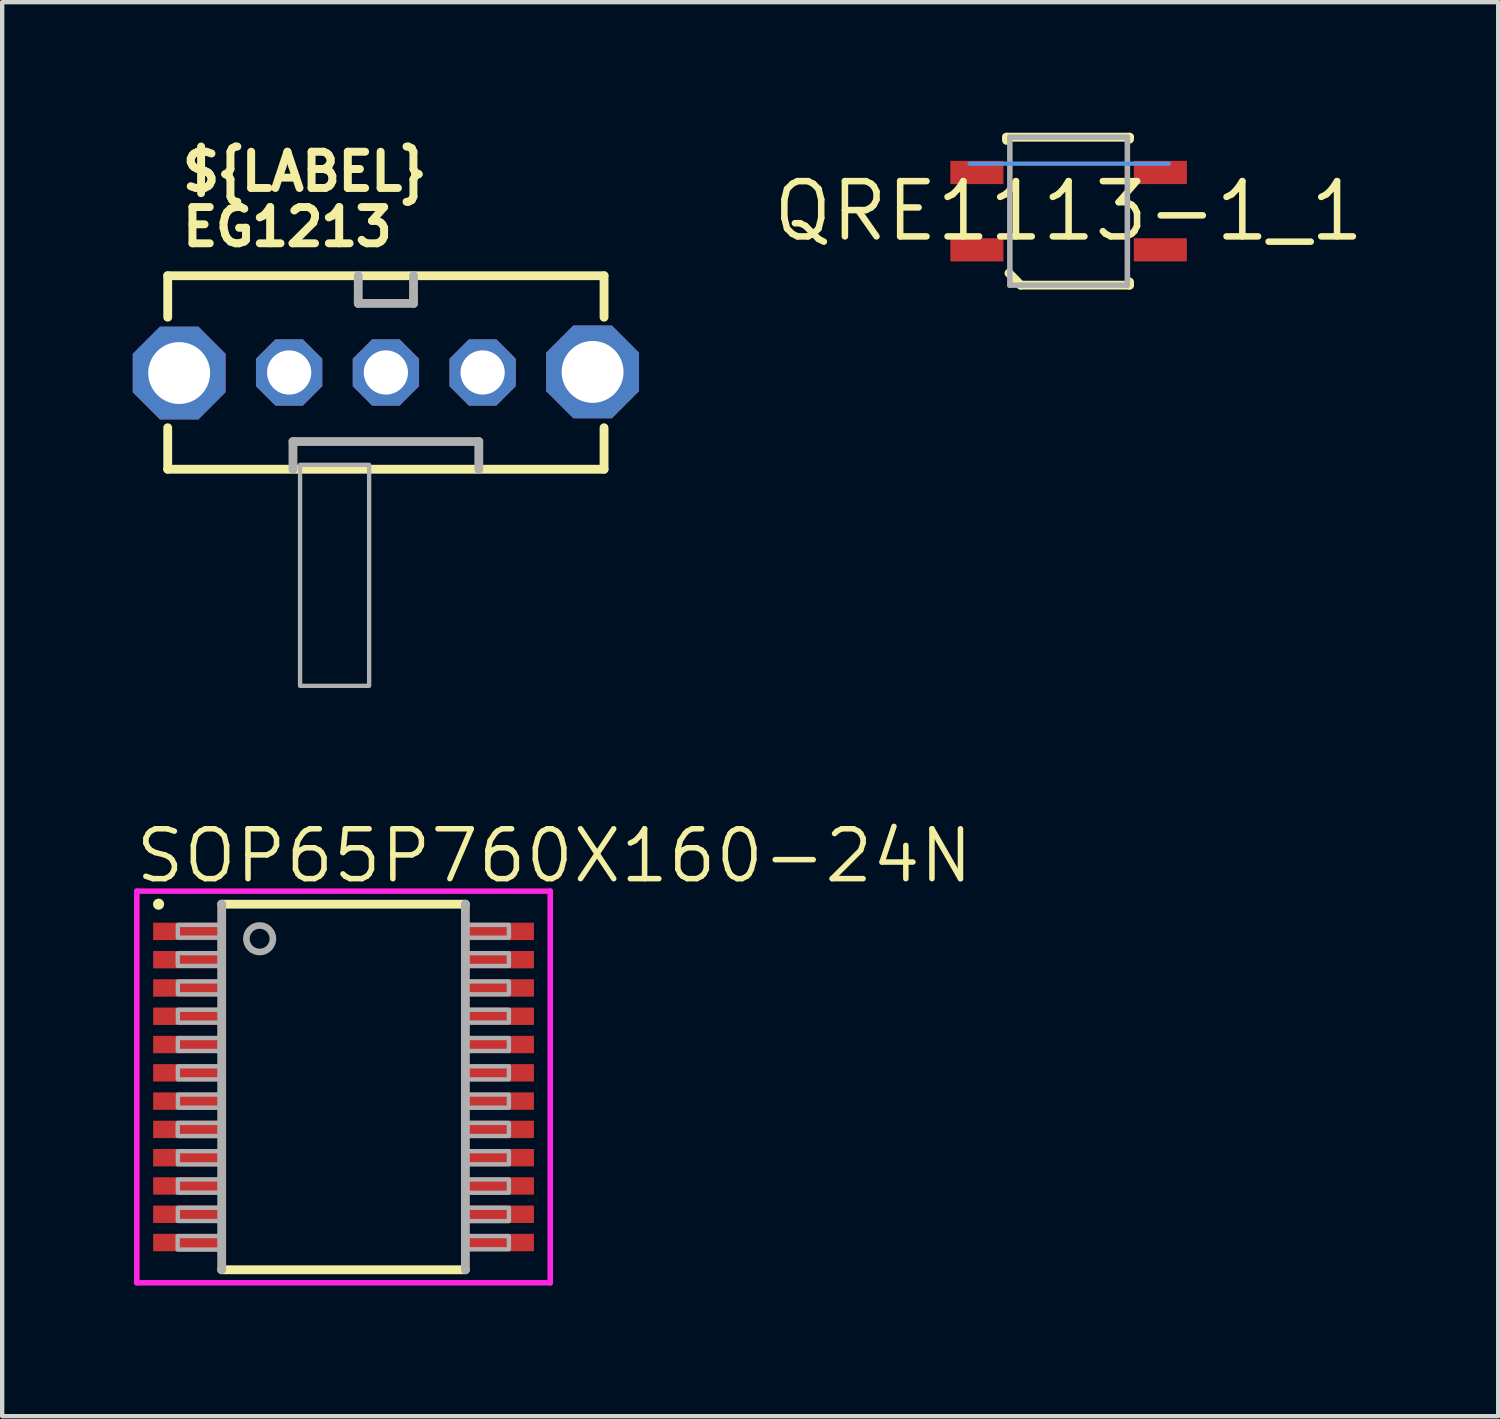
<source format=kicad_pcb>
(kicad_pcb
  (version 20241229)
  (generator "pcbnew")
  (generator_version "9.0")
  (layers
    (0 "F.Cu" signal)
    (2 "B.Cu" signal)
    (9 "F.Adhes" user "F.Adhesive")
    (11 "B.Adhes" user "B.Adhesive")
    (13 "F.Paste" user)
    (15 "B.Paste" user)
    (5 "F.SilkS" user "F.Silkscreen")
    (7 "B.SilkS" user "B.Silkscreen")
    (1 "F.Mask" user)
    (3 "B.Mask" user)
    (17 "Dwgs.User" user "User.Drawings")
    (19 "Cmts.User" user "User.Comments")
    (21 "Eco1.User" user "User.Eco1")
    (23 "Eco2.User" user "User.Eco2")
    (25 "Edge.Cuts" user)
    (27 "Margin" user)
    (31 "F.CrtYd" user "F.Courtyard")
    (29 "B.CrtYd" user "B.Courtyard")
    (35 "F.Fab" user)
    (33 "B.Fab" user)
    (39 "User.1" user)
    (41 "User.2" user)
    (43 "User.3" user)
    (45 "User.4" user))
  (footprint "SOP65P760X160-24N"
    (layer "F.Cu")
    (at 4.844 21.927)
    (property "Reference" "SOP65P760X160-24N" (at -4.844 -4.64 0) (layer "F.SilkS") (effects (font (size 1.146 1.146) (thickness 0.127)) (justify left bottom)))
    (fp_line (start -2.8 4.2) (end 2.8 4.2) (stroke (width 0.203) (type solid)) (layer "F.SilkS"))
    (fp_line (start 2.8 -4.2) (end -2.8 -4.2) (stroke (width 0.203) (type solid)) (layer "F.SilkS"))
    (fp_circle (center -4.25 -4.2) (end -4.186 -4.2) (stroke (width 0.127) (type solid)) (fill yes) (layer "F.SilkS"))
    (fp_line (start -4.75 -4.5) (end 4.75 -4.5) (stroke (width 0.127) (type solid)) (layer "F.CrtYd"))
    (fp_line (start -4.75 4.5) (end -4.75 -4.5) (stroke (width 0.127) (type solid)) (layer "F.CrtYd"))
    (fp_line (start 4.75 -4.5) (end 4.75 4.5) (stroke (width 0.127) (type solid)) (layer "F.CrtYd"))
    (fp_line (start 4.75 4.5) (end -4.75 4.5) (stroke (width 0.127) (type solid)) (layer "F.CrtYd"))
    (fp_line (start -2.8 -4.2) (end -2.8 4.2) (stroke (width 0.203) (type solid)) (layer "F.Fab"))
    (fp_line (start 2.8 4.2) (end 2.8 -4.2) (stroke (width 0.203) (type solid)) (layer "F.Fab"))
    (fp_circle (center -1.928 -3.406) (end -1.623 -3.406) (stroke (width 0.152) (type solid)) (fill no) (layer "F.Fab"))
    (fp_poly (pts (xy -3.812 3.737) (xy -2.8 3.737) (xy -2.8 3.425) (xy -3.812 3.425)) (stroke (width 0.1) (type default)) (fill no) (layer "F.Fab"))
    (fp_poly (pts (xy -3.811 1.128) (xy -2.8 1.128) (xy -2.8 0.825) (xy -3.811 0.825)) (stroke (width 0.1) (type default)) (fill no) (layer "F.Fab"))
    (fp_poly (pts (xy -3.81 -2.782) (xy -2.8 -2.782) (xy -2.8 -3.075) (xy -3.81 -3.075)) (stroke (width 0.1) (type default)) (fill no) (layer "F.Fab"))
    (fp_poly (pts (xy -3.808 2.43) (xy -2.8 2.43) (xy -2.8 2.125) (xy -3.808 2.125)) (stroke (width 0.1) (type default)) (fill no) (layer "F.Fab"))
    (fp_poly (pts (xy -3.808 -0.827) (xy -2.8 -0.827) (xy -2.8 -1.125) (xy -3.808 -1.125)) (stroke (width 0.1) (type default)) (fill no) (layer "F.Fab"))
    (fp_poly (pts (xy -3.808 -3.432) (xy -2.8 -3.432) (xy -2.8 -3.725) (xy -3.808 -3.725)) (stroke (width 0.1) (type default)) (fill no) (layer "F.Fab"))
    (fp_poly (pts (xy -3.808 3.081) (xy -2.8 3.081) (xy -2.8 2.775) (xy -3.808 2.775)) (stroke (width 0.1) (type default)) (fill no) (layer "F.Fab"))
    (fp_poly (pts (xy -3.807 1.778) (xy -2.8 1.778) (xy -2.8 1.475) (xy -3.807 1.475)) (stroke (width 0.1) (type default)) (fill no) (layer "F.Fab"))
    (fp_poly (pts (xy -3.807 -2.129) (xy -2.8 -2.129) (xy -2.8 -2.425) (xy -3.807 -2.425)) (stroke (width 0.1) (type default)) (fill no) (layer "F.Fab"))
    (fp_poly (pts (xy -3.807 -0.175) (xy -2.8 -0.175) (xy -2.8 -0.475) (xy -3.807 -0.475)) (stroke (width 0.1) (type default)) (fill no) (layer "F.Fab"))
    (fp_poly (pts (xy -3.807 -1.478) (xy -2.8 -1.478) (xy -2.8 -1.775) (xy -3.807 -1.775)) (stroke (width 0.1) (type default)) (fill no) (layer "F.Fab"))
    (fp_poly (pts (xy -3.806 0.476) (xy -2.8 0.476) (xy -2.8 0.175) (xy -3.806 0.175)) (stroke (width 0.1) (type default)) (fill no) (layer "F.Fab"))
    (fp_poly (pts (xy 2.807 2.431) (xy 3.8 2.431) (xy 3.8 2.125) (xy 2.807 2.125)) (stroke (width 0.1) (type default)) (fill no) (layer "F.Fab"))
    (fp_poly (pts (xy 2.807 -1.479) (xy 3.8 -1.479) (xy 3.8 -1.775) (xy 2.807 -1.775)) (stroke (width 0.1) (type default)) (fill no) (layer "F.Fab"))
    (fp_poly (pts (xy 3.8 0.175) (xy 2.808 0.175) (xy 2.808 0.476) (xy 3.8 0.476)) (stroke (width 0.1) (type default)) (fill no) (layer "F.Fab"))
    (fp_poly (pts (xy 3.8 3.425) (xy 2.804 3.425) (xy 2.804 3.73) (xy 3.8 3.73)) (stroke (width 0.1) (type default)) (fill no) (layer "F.Fab"))
    (fp_poly (pts (xy 3.8 -3.725) (xy 2.804 -3.725) (xy 2.804 -3.43) (xy 3.8 -3.43)) (stroke (width 0.1) (type default)) (fill no) (layer "F.Fab"))
    (fp_poly (pts (xy 3.8 -3.075) (xy 2.806 -3.075) (xy 2.806 -2.781) (xy 3.8 -2.781)) (stroke (width 0.1) (type default)) (fill no) (layer "F.Fab"))
    (fp_poly (pts (xy 3.8 -2.425) (xy 2.806 -2.425) (xy 2.806 -2.129) (xy 3.8 -2.129)) (stroke (width 0.1) (type default)) (fill no) (layer "F.Fab"))
    (fp_poly (pts (xy 3.8 -1.125) (xy 2.807 -1.125) (xy 2.807 -0.827) (xy 3.8 -0.827)) (stroke (width 0.1) (type default)) (fill no) (layer "F.Fab"))
    (fp_poly (pts (xy 3.8 -0.475) (xy 2.806 -0.475) (xy 2.806 -0.175) (xy 3.8 -0.175)) (stroke (width 0.1) (type default)) (fill no) (layer "F.Fab"))
    (fp_poly (pts (xy 3.8 0.825) (xy 2.806 0.825) (xy 2.806 1.127) (xy 3.8 1.127)) (stroke (width 0.1) (type default)) (fill no) (layer "F.Fab"))
    (fp_poly (pts (xy 3.8 1.475) (xy 2.804 1.475) (xy 2.804 1.777) (xy 3.8 1.777)) (stroke (width 0.1) (type default)) (fill no) (layer "F.Fab"))
    (fp_poly (pts (xy 3.8 2.775) (xy 2.808 2.775) (xy 2.808 3.083) (xy 3.8 3.083)) (stroke (width 0.1) (type default)) (fill no) (layer "F.Fab"))
    (pad "1" smd rect (at -3.625 -3.575 270) (size 0.4 1.5) (layers "F.Cu" "F.Mask" "F.Paste"))
    (pad "2" smd rect (at -3.625 -2.925 270) (size 0.4 1.5) (layers "F.Cu" "F.Mask" "F.Paste"))
    (pad "3" smd rect (at -3.625 -2.275 270) (size 0.4 1.5) (layers "F.Cu" "F.Mask" "F.Paste"))
    (pad "4" smd rect (at -3.625 -1.625 270) (size 0.4 1.5) (layers "F.Cu" "F.Mask" "F.Paste"))
    (pad "5" smd rect (at -3.625 -0.975 270) (size 0.4 1.5) (layers "F.Cu" "F.Mask" "F.Paste"))
    (pad "6" smd rect (at -3.625 -0.325 270) (size 0.4 1.5) (layers "F.Cu" "F.Mask" "F.Paste"))
    (pad "7" smd rect (at -3.625 0.325 270) (size 0.4 1.5) (layers "F.Cu" "F.Mask" "F.Paste"))
    (pad "8" smd rect (at -3.625 0.975 270) (size 0.4 1.5) (layers "F.Cu" "F.Mask" "F.Paste"))
    (pad "9" smd rect (at -3.625 1.625 270) (size 0.4 1.5) (layers "F.Cu" "F.Mask" "F.Paste"))
    (pad "10" smd rect (at -3.625 2.275 270) (size 0.4 1.5) (layers "F.Cu" "F.Mask" "F.Paste"))
    (pad "11" smd rect (at -3.625 2.925 270) (size 0.4 1.5) (layers "F.Cu" "F.Mask" "F.Paste"))
    (pad "12" smd rect (at -3.625 3.575 270) (size 0.4 1.5) (layers "F.Cu" "F.Mask" "F.Paste"))
    (pad "13" smd rect (at 3.625 3.575 270) (size 0.4 1.5) (layers "F.Cu" "F.Mask" "F.Paste"))
    (pad "14" smd rect (at 3.625 2.925 270) (size 0.4 1.5) (layers "F.Cu" "F.Mask" "F.Paste"))
    (pad "15" smd rect (at 3.625 2.275 270) (size 0.4 1.5) (layers "F.Cu" "F.Mask" "F.Paste"))
    (pad "16" smd rect (at 3.625 1.625 270) (size 0.4 1.5) (layers "F.Cu" "F.Mask" "F.Paste"))
    (pad "17" smd rect (at 3.625 0.975 270) (size 0.4 1.5) (layers "F.Cu" "F.Mask" "F.Paste"))
    (pad "18" smd rect (at 3.625 0.325 270) (size 0.4 1.5) (layers "F.Cu" "F.Mask" "F.Paste"))
    (pad "19" smd rect (at 3.625 -0.325 270) (size 0.4 1.5) (layers "F.Cu" "F.Mask" "F.Paste"))
    (pad "20" smd rect (at 3.625 -0.975 270) (size 0.4 1.5) (layers "F.Cu" "F.Mask" "F.Paste"))
    (pad "21" smd rect (at 3.625 -1.625 270) (size 0.4 1.5) (layers "F.Cu" "F.Mask" "F.Paste"))
    (pad "22" smd rect (at 3.625 -2.275 270) (size 0.4 1.5) (layers "F.Cu" "F.Mask" "F.Paste"))
    (pad "23" smd rect (at 3.625 -2.925 270) (size 0.4 1.5) (layers "F.Cu" "F.Mask" "F.Paste"))
    (pad "24" smd rect (at 3.625 -3.575 270) (size 0.4 1.5) (layers "F.Cu" "F.Mask" "F.Paste")))
  (footprint "QRE1113-1_1"
    (layer "F.Cu")
    (at 21.505 1.802)
    (property "Reference" "QRE1113-1_1" (at 0 0 0) (layer "F.SilkS") (effects (font (size 1.27 1.27) (thickness 0.15))))
    (fp_line (start -1.427 -1.7) (end 1.4 -1.7) (stroke (width 0.203) (type solid)) (layer "F.SilkS"))
    (fp_line (start -1.427 -1.627) (end -1.427 -1.7) (stroke (width 0.203) (type solid)) (layer "F.SilkS"))
    (fp_line (start -1.37 1.424) (end -1.1 1.7) (stroke (width 0.203) (type solid)) (layer "F.SilkS"))
    (fp_line (start -1.1 1.7) (end 1.4 1.7) (stroke (width 0.203) (type solid)) (layer "F.SilkS"))
    (fp_line (start 1.4 -1.7) (end 1.4 -1.654) (stroke (width 0.203) (type solid)) (layer "F.SilkS"))
    (fp_line (start 1.4 1.7) (end 1.4 1.627) (stroke (width 0.203) (type solid)) (layer "F.SilkS"))
    (fp_line (start -2.273 -1.092) (end 2.299 -1.092) (stroke (width 0.1) (type solid)) (layer "Cmts.User"))
    (fp_line (start -1.35 -1.7) (end -1.35 1.7) (stroke (width 0.127) (type solid)) (layer "F.Fab"))
    (fp_line (start -1.35 1.7) (end 1.35 1.7) (stroke (width 0.127) (type solid)) (layer "F.Fab"))
    (fp_line (start 1.35 -1.7) (end -1.35 -1.7) (stroke (width 0.127) (type solid)) (layer "F.Fab"))
    (fp_line (start 1.35 1.7) (end 1.35 -1.7) (stroke (width 0.127) (type solid)) (layer "F.Fab"))
    (pad "1" smd rect (at -2.108 0.889) (size 1.219 0.533) (layers "F.Cu" "F.Mask" "F.Paste"))
    (pad "2" smd rect (at 2.108 0.889) (size 1.219 0.533) (layers "F.Cu" "F.Mask" "F.Paste"))
    (pad "3" smd rect (at 2.108 -0.889) (size 1.219 0.533) (layers "F.Cu" "F.Mask" "F.Paste"))
    (pad "4" smd rect (at -2.108 -0.889) (size 1.219 0.533) (layers "F.Cu" "F.Mask" "F.Paste")))
  (footprint "EG1213"
    (layer "F.Cu")
    (at 5.817 5.509)
    (property "Reference" "EG1213" (at -4.763 -2.857 0) (layer "F.SilkS") (effects (font (size 0.833 0.833) (thickness 0.183)) (justify left bottom)))
    (fp_line (start -5.013 -2.223) (end 5.013 -2.223) (stroke (width 0.203) (type solid)) (layer "F.SilkS"))
    (fp_line (start -5.013 -1.27) (end -5.013 -2.223) (stroke (width 0.203) (type solid)) (layer "F.SilkS"))
    (fp_line (start -5.013 2.223) (end -5.013 1.27) (stroke (width 0.203) (type solid)) (layer "F.SilkS"))
    (fp_line (start 5.013 -2.223) (end 5.013 -1.27) (stroke (width 0.203) (type solid)) (layer "F.SilkS"))
    (fp_line (start 5.013 1.27) (end 5.013 2.223) (stroke (width 0.203) (type solid)) (layer "F.SilkS"))
    (fp_line (start 5.013 2.223) (end -5.013 2.223) (stroke (width 0.203) (type solid)) (layer "F.SilkS"))
    (fp_line (start -2.135 1.587) (end -2.135 2.223) (stroke (width 0.203) (type solid)) (layer "F.Fab"))
    (fp_line (start -0.635 -2.223) (end -0.635 -1.587) (stroke (width 0.203) (type solid)) (layer "F.Fab"))
    (fp_line (start -0.635 -1.587) (end 0.635 -1.587) (stroke (width 0.203) (type solid)) (layer "F.Fab"))
    (fp_line (start 0.635 -1.587) (end 0.635 -2.223) (stroke (width 0.203) (type solid)) (layer "F.Fab"))
    (fp_line (start 2.135 1.587) (end -2.135 1.587) (stroke (width 0.203) (type solid)) (layer "F.Fab"))
    (fp_line (start 2.135 2.223) (end 2.135 1.587) (stroke (width 0.203) (type solid)) (layer "F.Fab"))
    (fp_poly (pts (xy -1.972 7.2) (xy -0.385 7.2) (xy -0.385 2.123) (xy -1.972 2.123)) (stroke (width 0.1) (type default)) (fill no) (layer "F.Fab"))
    (fp_text user "${LABEL}" (at -4.763 -4.128 0) (layer "F.SilkS") (effects (font (size 0.833 0.833) (thickness 0.183)) (justify left bottom)))
    (pad "1" thru_hole roundrect (at -2.223 0 90) (size 1.524 1.524) (drill 1.016) (layers "*.Cu" "*.Mask") (roundrect_rratio 0.25) (chamfer_ratio 0.293) (chamfer top_left top_right bottom_left bottom_right))
    (pad "2" thru_hole roundrect (at 0 0 90) (size 1.524 1.524) (drill 1.016) (layers "*.Cu" "*.Mask") (roundrect_rratio 0.25) (chamfer_ratio 0.293) (chamfer top_left top_right bottom_left bottom_right))
    (pad "3" thru_hole roundrect (at 2.223 0 90) (size 1.524 1.524) (drill 1.016) (layers "*.Cu" "*.Mask") (roundrect_rratio 0.25) (chamfer_ratio 0.293) (chamfer top_left top_right bottom_left bottom_right))
    (pad "G1" thru_hole roundrect (at -4.75 0.013 90) (size 2.134 2.134) (drill 1.422) (layers "*.Cu" "*.Mask") (roundrect_rratio 0.25) (chamfer_ratio 0.293) (chamfer top_left top_right bottom_left bottom_right))
    (pad "G2" thru_hole roundrect (at 4.75 -0.013 90) (size 2.134 2.134) (drill 1.422) (layers "*.Cu" "*.Mask") (roundrect_rratio 0.25) (chamfer_ratio 0.293) (chamfer top_left top_right bottom_left bottom_right)))
  (gr_rect
    (start -3 -3)
    (end 31.376 29.491)
    (stroke (width 0.1) (type default))
    (fill no)
    (layer "Edge.Cuts")))
</source>
